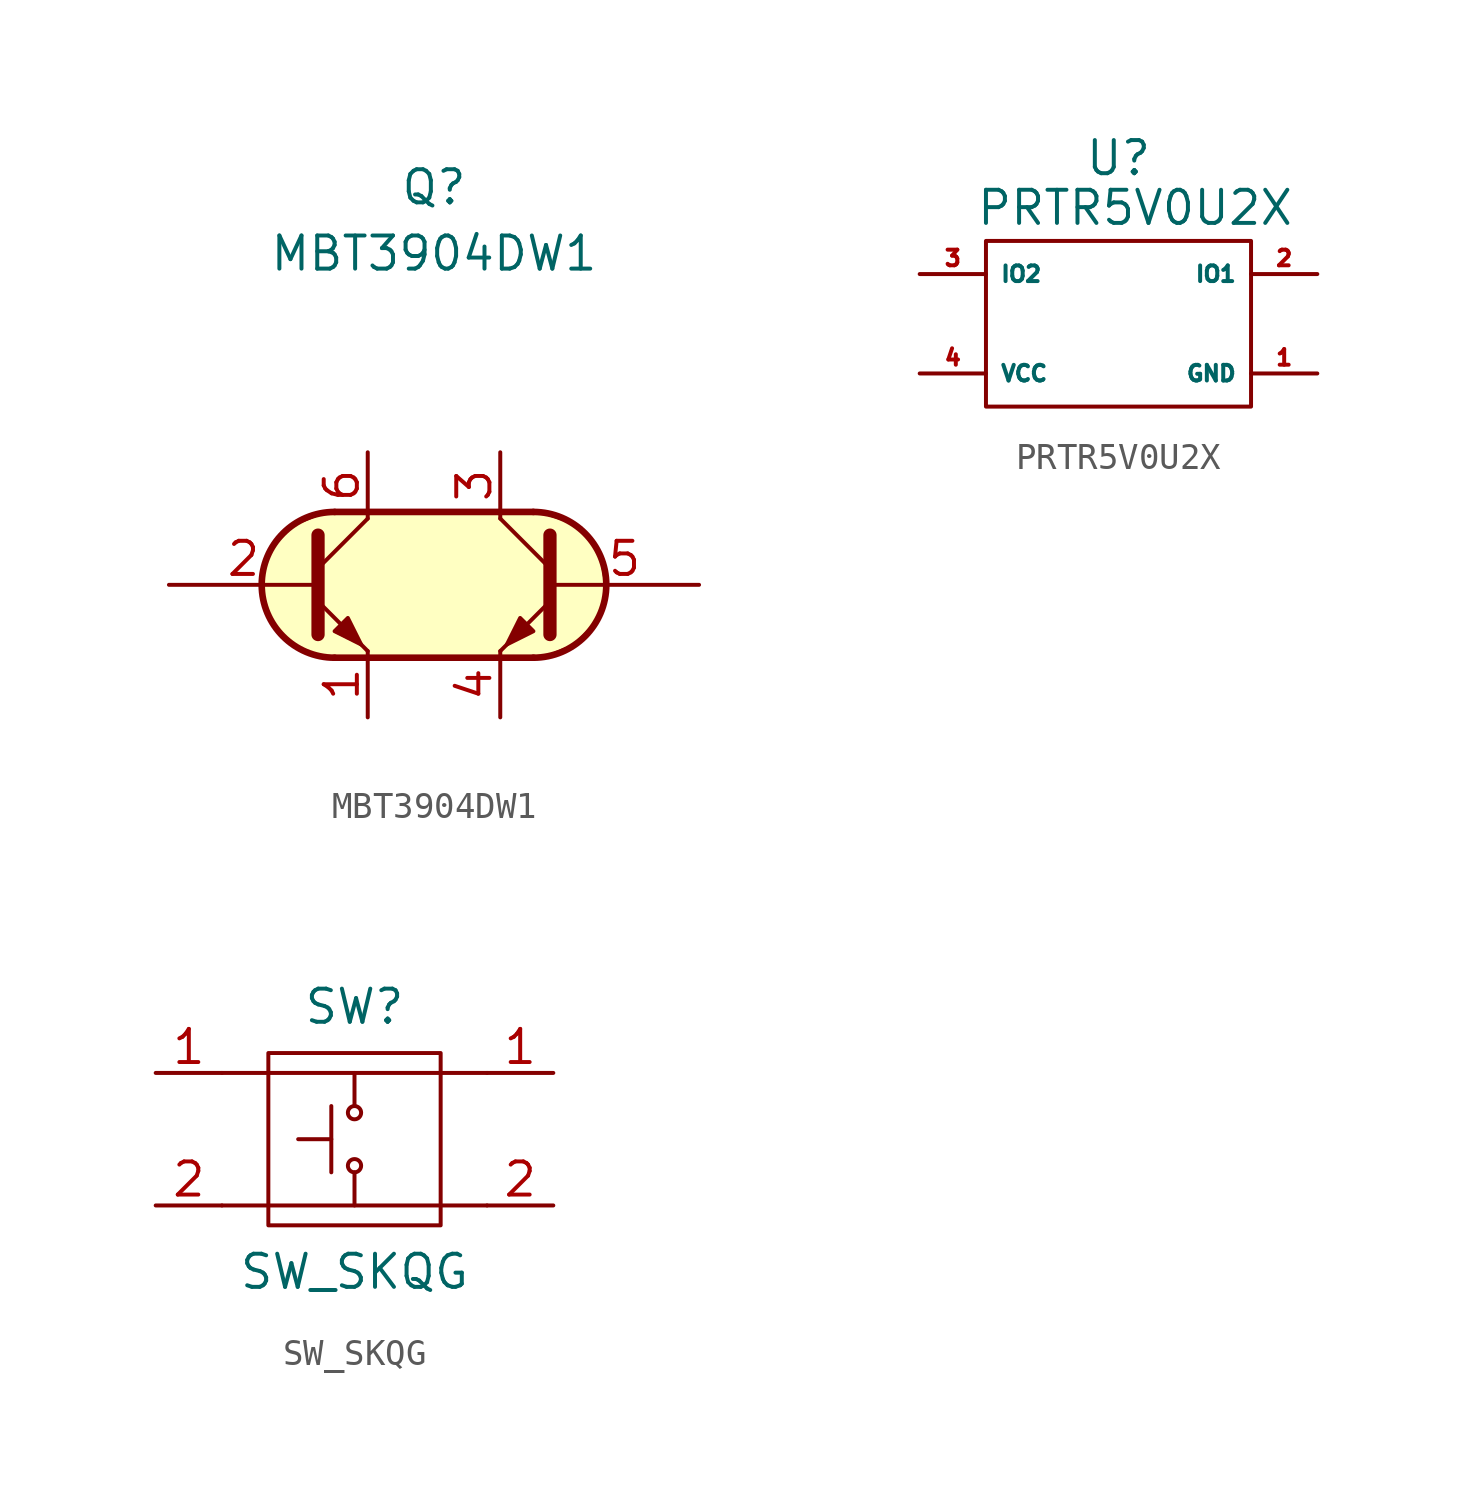
<source format=kicad_sym>
(kicad_symbol_lib
  (version 20220914)
  (generator kicad_symbol_editor)
  (symbol "MBT3904DW1"
    (pin_names
      (offset 1.016) hide)
    (property "Reference" "Q"
      (at 0 15.24 0)
      (effects (font (size 1.27 1.27))))
    (property "Value" "MBT3904DW1"
      (at 0 12.7 0)
      (effects (font (size 1.27 1.27))))
    (symbol "MBT3904DW1_0_1"
      (arc (start -3.81 2.794) (mid -6.5919 0) (end -3.81 -2.794) (stroke (width 0.254) (type default)) (fill (type background)))
      (polyline (pts (xy -3.81 2.794) (xy 3.81 2.794)) (stroke (width 0.254) (type default)) (fill (type none)))
      (polyline (pts (xy 3.81 -2.794) (xy -3.81 -2.794)) (stroke (width 0.254) (type default)) (fill (type none)))
      (polyline (pts (xy 3.81 2.794) (xy -4.064 2.794) (xy -5.334 2.286) (xy -6.096 1.524) (xy -6.604 0.635) (xy -6.604 -0.508) (xy -6.096 -1.651) (xy -5.334 -2.413) (xy -4.064 -2.794) (xy 4.064 -2.794) (xy 5.334 -2.286) (xy 6.223 -1.397) (xy 6.604 -0.381) (xy 6.35 1.143) (xy 5.461 2.286) (xy 3.937 2.794) (xy 3.429 2.794) (xy 3.048 2.794)) (stroke (width 0.025) (type default)) (fill (type background))))
    (symbol "MBT3904DW1_1_1"
      (polyline (pts (xy -4.445 0.635) (xy -2.54 2.54)) (stroke (width 0) (type default)) (fill (type none)))
      (polyline (pts (xy 4.445 0.635) (xy 2.54 2.54)) (stroke (width 0) (type default)) (fill (type none)))
      (polyline (pts (xy -4.445 -0.635) (xy -2.54 -2.54) (xy -2.54 -2.54)) (stroke (width 0) (type default)) (fill (type none)))
      (polyline (pts (xy -4.445 1.905) (xy -4.445 -1.905) (xy -4.445 -1.905)) (stroke (width 0.508) (type default)) (fill (type none)))
      (polyline (pts (xy 4.445 -0.635) (xy 2.54 -2.54) (xy 2.54 -2.54)) (stroke (width 0) (type default)) (fill (type none)))
      (polyline (pts (xy 4.445 1.905) (xy 4.445 -1.905) (xy 4.445 -1.905)) (stroke (width 0.508) (type default)) (fill (type none)))
      (polyline (pts (xy -3.81 -1.778) (xy -3.302 -1.27) (xy -2.794 -2.286) (xy -3.81 -1.778) (xy -3.81 -1.778)) (stroke (width 0) (type default)) (fill (type outline)))
      (polyline (pts (xy 3.81 -1.778) (xy 3.302 -1.27) (xy 2.794 -2.286) (xy 3.81 -1.778) (xy 3.81 -1.778)) (stroke (width 0) (type default)) (fill (type outline)))
      (arc (start 3.81 -2.794) (mid 6.5919 0) (end 3.81 2.794) (stroke (width 0.254) (type default)) (fill (type none)))
      (pin passive line (at -2.54 -5.08 90) (length 2.54) (name "E1" (effects (font (size 1.27 1.27)))) (number "1" (effects (font (size 1.27 1.27)))))
      (pin input line (at -10.16 0 0) (length 5.715) (name "B1" (effects (font (size 1.27 1.27)))) (number "2" (effects (font (size 1.27 1.27)))))
      (pin passive line (at 2.54 5.08 270) (length 2.54) (name "C2" (effects (font (size 1.27 1.27)))) (number "3" (effects (font (size 1.27 1.27)))))
      (pin passive line (at 2.54 -5.08 90) (length 2.54) (name "E2" (effects (font (size 1.27 1.27)))) (number "4" (effects (font (size 1.27 1.27)))))
      (pin input line (at 10.16 0 180) (length 5.715) (name "B2" (effects (font (size 1.27 1.27)))) (number "5" (effects (font (size 1.27 1.27)))))
      (pin passive line (at -2.54 5.08 270) (length 2.54) (name "C1" (effects (font (size 1.27 1.27)))) (number "6" (effects (font (size 1.27 1.27)))))))
  (symbol "PRTR5V0U2X"
    (property "Reference" "U"
      (at 0 3.175 0)
      (effects (font (size 1.27 1.27))))
    (property "Value" "PRTR5V0U2X"
      (at 0.635 1.27 0)
      (effects (font (size 1.27 1.27))))
    (symbol "PRTR5V0U2X_0_1"
      (rectangle (start -5.08 0) (end 5.08 -6.35) (stroke (width 0) (type default)) (fill (type none))))
    (symbol "PRTR5V0U2X_1_1"
      (pin passive line (at 7.62 -5.08 180) (length 2.54) (name "GND" (effects (font (size 0.6 0.6)))) (number "1" (effects (font (size 0.6 0.6)))))
      (pin passive line (at 7.62 -1.27 180) (length 2.54) (name "IO1" (effects (font (size 0.6 0.6)))) (number "2" (effects (font (size 0.6 0.6)))))
      (pin passive line (at -7.62 -1.27 0) (length 2.54) (name "IO2" (effects (font (size 0.6 0.6)))) (number "3" (effects (font (size 0.6 0.6)))))
      (pin passive line (at -7.62 -5.08 0) (length 2.54) (name "VCC" (effects (font (size 0.6 0.6)))) (number "4" (effects (font (size 0.6 0.6)))))))
  (symbol "SW_SKQG"
    (property "Reference" "SW"
      (at 0 2.54 0)
      (effects (font (size 1.27 1.27))))
    (property "Value" "SW_SKQG"
      (at 0 -7.62 0)
      (effects (font (size 1.27 1.27))))
    (symbol "SW_SKQG_0_1"
      (rectangle (start -3.302 0.762) (end 3.302 -5.842) (stroke (width 0) (type default)) (fill (type none)))
      (circle (center 0 -3.556) (radius 0.254) (stroke (width 0) (type default)) (fill (type none)))
      (circle (center 0 -1.524) (radius 0.254) (stroke (width 0) (type default)) (fill (type none)))
      (polyline (pts (xy -5.08 0) (xy 5.08 0)) (stroke (width 0) (type default)) (fill (type none)))
      (polyline (pts (xy -2.159 -2.54) (xy -0.889 -2.54)) (stroke (width 0) (type default)) (fill (type none)))
      (polyline (pts (xy -0.889 -1.27) (xy -0.889 -3.81)) (stroke (width 0) (type default)) (fill (type none)))
      (polyline (pts (xy 0 -3.81) (xy 0 -5.08)) (stroke (width 0) (type default)) (fill (type none)))
      (polyline (pts (xy 0 -1.27) (xy 0 0)) (stroke (width 0) (type default)) (fill (type none)))
      (polyline (pts (xy 5.08 -5.08) (xy -5.08 -5.08)) (stroke (width 0) (type default)) (fill (type none))))
    (symbol "SW_SKQG_1_1"
      (pin passive line (at -7.62 0 0) (length 2.54) (name "" (effects (font (size 1.27 1.27)))) (number "1" (effects (font (size 1.27 1.27)))))
      (pin passive line (at 7.62 0 180) (length 2.54) (name "" (effects (font (size 1.27 1.27)))) (number "1" (effects (font (size 1.27 1.27)))))
      (pin passive line (at -7.62 -5.08 0) (length 2.54) (name "" (effects (font (size 1.27 1.27)))) (number "2" (effects (font (size 1.27 1.27)))))
      (pin passive line (at 7.62 -5.08 180) (length 2.54) (name "" (effects (font (size 1.27 1.27)))) (number "2" (effects (font (size 1.27 1.27))))))))
</source>
